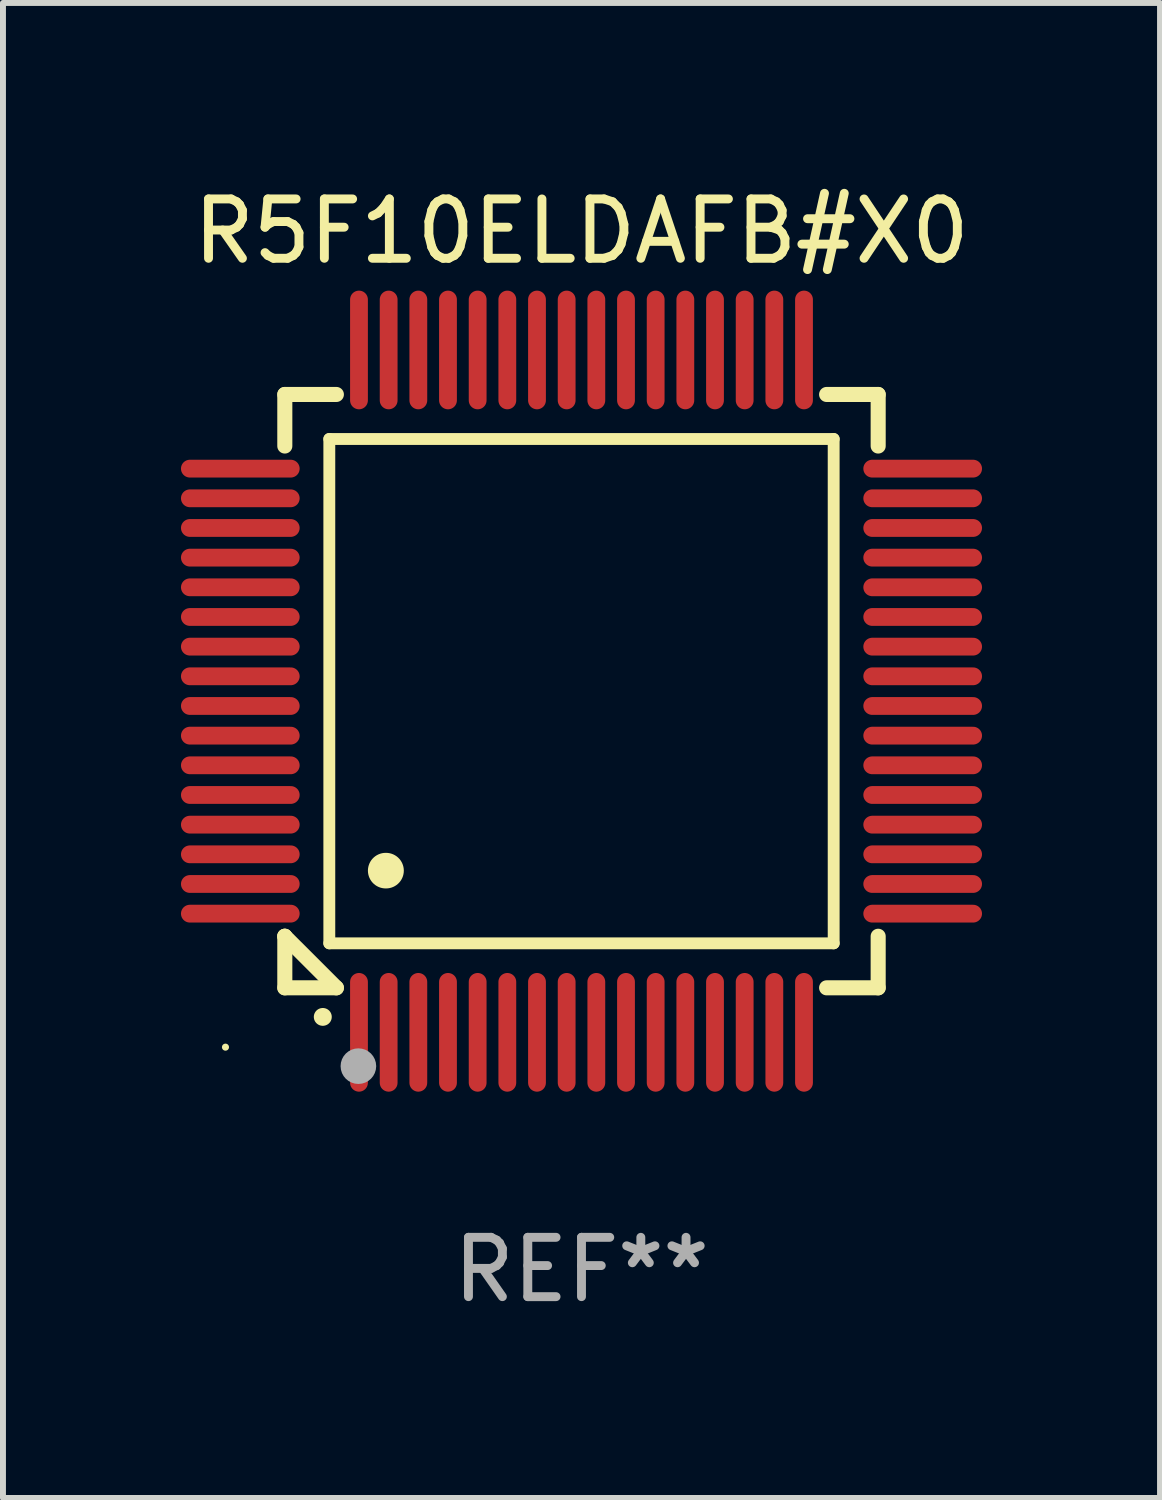
<source format=kicad_pcb>
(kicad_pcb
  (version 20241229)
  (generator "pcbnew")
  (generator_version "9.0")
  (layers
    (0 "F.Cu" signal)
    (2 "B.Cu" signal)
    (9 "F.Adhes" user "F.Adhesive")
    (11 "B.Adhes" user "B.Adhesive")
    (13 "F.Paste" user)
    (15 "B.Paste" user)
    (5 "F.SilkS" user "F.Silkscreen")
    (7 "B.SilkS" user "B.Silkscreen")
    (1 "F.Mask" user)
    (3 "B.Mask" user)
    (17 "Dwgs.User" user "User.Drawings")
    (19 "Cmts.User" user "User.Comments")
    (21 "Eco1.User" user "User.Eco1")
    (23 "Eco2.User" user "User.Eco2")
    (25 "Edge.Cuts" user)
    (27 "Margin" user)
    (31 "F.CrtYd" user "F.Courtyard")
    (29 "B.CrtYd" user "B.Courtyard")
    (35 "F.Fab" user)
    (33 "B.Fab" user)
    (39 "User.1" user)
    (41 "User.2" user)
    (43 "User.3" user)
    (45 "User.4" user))
  (footprint "R5F10ELDAFB#X0"
    (layer "F.Cu")
    (at 6.75 8.598)
    (property "Reference" "R5F10ELDAFB#X0" (at 0 -7.75 0) (layer "F.SilkS") (effects (font (size 1 1) (thickness 0.15))))
    (attr through_hole)
    (fp_line (start -5 -5) (end -4.131 -5) (stroke (width 0.254) (type solid)) (layer "F.SilkS"))
    (fp_line (start -5 -4.131) (end -5 -5) (stroke (width 0.254) (type solid)) (layer "F.SilkS"))
    (fp_line (start -5 4.131) (end -5 4.131) (stroke (width 0.254) (type solid)) (layer "F.SilkS"))
    (fp_line (start -5 5) (end -5 4.131) (stroke (width 0.254) (type solid)) (layer "F.SilkS"))
    (fp_line (start -5 4.131) (end -4.131 5) (stroke (width 0.254) (type solid)) (layer "F.SilkS"))
    (fp_line (start -4.25 -4.25) (end -4.25 4.25) (stroke (width 0.2) (type solid)) (layer "F.SilkS"))
    (fp_line (start -4.25 4.25) (end 4.25 4.25) (stroke (width 0.2) (type solid)) (layer "F.SilkS"))
    (fp_line (start -4.131 5) (end -5 5) (stroke (width 0.254) (type solid)) (layer "F.SilkS"))
    (fp_line (start 4.25 -4.25) (end -4.25 -4.25) (stroke (width 0.2) (type solid)) (layer "F.SilkS"))
    (fp_line (start 4.25 4.25) (end 4.25 -4.25) (stroke (width 0.2) (type solid)) (layer "F.SilkS"))
    (fp_line (start 5 -5) (end 4.131 -5) (stroke (width 0.254) (type solid)) (layer "F.SilkS"))
    (fp_line (start 5 -5) (end 5 -4.131) (stroke (width 0.254) (type solid)) (layer "F.SilkS"))
    (fp_line (start 5 4.131) (end 5 5) (stroke (width 0.254) (type solid)) (layer "F.SilkS"))
    (fp_line (start 5 5) (end 4.131 5) (stroke (width 0.254) (type solid)) (layer "F.SilkS"))
    (fp_arc (start -4.361265 5.489992) (mid -4.359995 5.489987) (end -4.358725 5.489992) (stroke (width 0.3) (type solid)) (layer "F.SilkS"))
    (fp_arc (start -3.299467 3.025146) (mid -3.296927 3.025135) (end -3.294387 3.025146) (stroke (width 0.6) (type solid)) (layer "F.SilkS"))
    (fp_circle (center -6 6) (end -5.97 6) (stroke (width 0.06) (type solid)) (fill no) (layer "F.SilkS"))
    (fp_circle (center -3.76 6.32) (end -3.61 6.32) (stroke (width 0.3) (type solid)) (fill no) (layer "F.Fab"))
    (fp_text user "REF**" (at 0 9.75 0) (layer "F.Fab") (effects (font (size 1 1) (thickness 0.15))))
    (pad "1" smd oval (at -3.75 5.75) (size 0.3 2) (layers "F.Cu" "F.Mask" "F.Paste"))
    (pad "2" smd oval (at -3.25 5.75) (size 0.3 2) (layers "F.Cu" "F.Mask" "F.Paste"))
    (pad "3" smd oval (at -2.75 5.75) (size 0.3 2) (layers "F.Cu" "F.Mask" "F.Paste"))
    (pad "4" smd oval (at -2.25 5.75) (size 0.3 2) (layers "F.Cu" "F.Mask" "F.Paste"))
    (pad "5" smd oval (at -1.75 5.75) (size 0.3 2) (layers "F.Cu" "F.Mask" "F.Paste"))
    (pad "6" smd oval (at -1.25 5.75) (size 0.3 2) (layers "F.Cu" "F.Mask" "F.Paste"))
    (pad "7" smd oval (at -0.75 5.75) (size 0.3 2) (layers "F.Cu" "F.Mask" "F.Paste"))
    (pad "8" smd oval (at -0.25 5.75) (size 0.3 2) (layers "F.Cu" "F.Mask" "F.Paste"))
    (pad "9" smd oval (at 0.25 5.75) (size 0.3 2) (layers "F.Cu" "F.Mask" "F.Paste"))
    (pad "10" smd oval (at 0.75 5.75) (size 0.3 2) (layers "F.Cu" "F.Mask" "F.Paste"))
    (pad "11" smd oval (at 1.25 5.75) (size 0.3 2) (layers "F.Cu" "F.Mask" "F.Paste"))
    (pad "12" smd oval (at 1.75 5.75) (size 0.3 2) (layers "F.Cu" "F.Mask" "F.Paste"))
    (pad "13" smd oval (at 2.25 5.75) (size 0.3 2) (layers "F.Cu" "F.Mask" "F.Paste"))
    (pad "14" smd oval (at 2.75 5.75) (size 0.3 2) (layers "F.Cu" "F.Mask" "F.Paste"))
    (pad "15" smd oval (at 3.25 5.75) (size 0.3 2) (layers "F.Cu" "F.Mask" "F.Paste"))
    (pad "16" smd oval (at 3.75 5.75) (size 0.3 2) (layers "F.Cu" "F.Mask" "F.Paste"))
    (pad "17" smd oval (at 5.75 3.75) (size 2 0.3) (layers "F.Cu" "F.Mask" "F.Paste"))
    (pad "18" smd oval (at 5.75 3.25) (size 2 0.3) (layers "F.Cu" "F.Mask" "F.Paste"))
    (pad "19" smd oval (at 5.75 2.75) (size 2 0.3) (layers "F.Cu" "F.Mask" "F.Paste"))
    (pad "20" smd oval (at 5.75 2.25) (size 2 0.3) (layers "F.Cu" "F.Mask" "F.Paste"))
    (pad "21" smd oval (at 5.75 1.75) (size 2 0.3) (layers "F.Cu" "F.Mask" "F.Paste"))
    (pad "22" smd oval (at 5.75 1.25) (size 2 0.3) (layers "F.Cu" "F.Mask" "F.Paste"))
    (pad "23" smd oval (at 5.75 0.75) (size 2 0.3) (layers "F.Cu" "F.Mask" "F.Paste"))
    (pad "24" smd oval (at 5.75 0.25) (size 2 0.3) (layers "F.Cu" "F.Mask" "F.Paste"))
    (pad "25" smd oval (at 5.75 -0.25) (size 2 0.3) (layers "F.Cu" "F.Mask" "F.Paste"))
    (pad "26" smd oval (at 5.75 -0.75) (size 2 0.3) (layers "F.Cu" "F.Mask" "F.Paste"))
    (pad "27" smd oval (at 5.75 -1.25) (size 2 0.3) (layers "F.Cu" "F.Mask" "F.Paste"))
    (pad "28" smd oval (at 5.75 -1.75) (size 2 0.3) (layers "F.Cu" "F.Mask" "F.Paste"))
    (pad "29" smd oval (at 5.75 -2.25) (size 2 0.3) (layers "F.Cu" "F.Mask" "F.Paste"))
    (pad "30" smd oval (at 5.75 -2.75) (size 2 0.3) (layers "F.Cu" "F.Mask" "F.Paste"))
    (pad "31" smd oval (at 5.75 -3.25) (size 2 0.3) (layers "F.Cu" "F.Mask" "F.Paste"))
    (pad "32" smd oval (at 5.75 -3.75) (size 2 0.3) (layers "F.Cu" "F.Mask" "F.Paste"))
    (pad "33" smd oval (at 3.75 -5.75) (size 0.3 2) (layers "F.Cu" "F.Mask" "F.Paste"))
    (pad "34" smd oval (at 3.25 -5.75) (size 0.3 2) (layers "F.Cu" "F.Mask" "F.Paste"))
    (pad "35" smd oval (at 2.75 -5.75) (size 0.3 2) (layers "F.Cu" "F.Mask" "F.Paste"))
    (pad "36" smd oval (at 2.25 -5.75) (size 0.3 2) (layers "F.Cu" "F.Mask" "F.Paste"))
    (pad "37" smd oval (at 1.75 -5.75) (size 0.3 2) (layers "F.Cu" "F.Mask" "F.Paste"))
    (pad "38" smd oval (at 1.25 -5.75) (size 0.3 2) (layers "F.Cu" "F.Mask" "F.Paste"))
    (pad "39" smd oval (at 0.75 -5.75) (size 0.3 2) (layers "F.Cu" "F.Mask" "F.Paste"))
    (pad "40" smd oval (at 0.25 -5.75) (size 0.3 2) (layers "F.Cu" "F.Mask" "F.Paste"))
    (pad "41" smd oval (at -0.25 -5.75) (size 0.3 2) (layers "F.Cu" "F.Mask" "F.Paste"))
    (pad "42" smd oval (at -0.75 -5.75) (size 0.3 2) (layers "F.Cu" "F.Mask" "F.Paste"))
    (pad "43" smd oval (at -1.25 -5.75) (size 0.3 2) (layers "F.Cu" "F.Mask" "F.Paste"))
    (pad "44" smd oval (at -1.75 -5.75) (size 0.3 2) (layers "F.Cu" "F.Mask" "F.Paste"))
    (pad "45" smd oval (at -2.25 -5.75) (size 0.3 2) (layers "F.Cu" "F.Mask" "F.Paste"))
    (pad "46" smd oval (at -2.75 -5.75) (size 0.3 2) (layers "F.Cu" "F.Mask" "F.Paste"))
    (pad "47" smd oval (at -3.25 -5.75) (size 0.3 2) (layers "F.Cu" "F.Mask" "F.Paste"))
    (pad "48" smd oval (at -3.75 -5.75) (size 0.3 2) (layers "F.Cu" "F.Mask" "F.Paste"))
    (pad "49" smd oval (at -5.75 -3.75) (size 2 0.3) (layers "F.Cu" "F.Mask" "F.Paste"))
    (pad "50" smd oval (at -5.75 -3.25) (size 2 0.3) (layers "F.Cu" "F.Mask" "F.Paste"))
    (pad "51" smd oval (at -5.75 -2.75) (size 2 0.3) (layers "F.Cu" "F.Mask" "F.Paste"))
    (pad "52" smd oval (at -5.75 -2.25) (size 2 0.3) (layers "F.Cu" "F.Mask" "F.Paste"))
    (pad "53" smd oval (at -5.75 -1.75) (size 2 0.3) (layers "F.Cu" "F.Mask" "F.Paste"))
    (pad "54" smd oval (at -5.75 -1.25) (size 2 0.3) (layers "F.Cu" "F.Mask" "F.Paste"))
    (pad "55" smd oval (at -5.75 -0.75) (size 2 0.3) (layers "F.Cu" "F.Mask" "F.Paste"))
    (pad "56" smd oval (at -5.75 -0.25) (size 2 0.3) (layers "F.Cu" "F.Mask" "F.Paste"))
    (pad "57" smd oval (at -5.75 0.25) (size 2 0.3) (layers "F.Cu" "F.Mask" "F.Paste"))
    (pad "58" smd oval (at -5.75 0.75) (size 2 0.3) (layers "F.Cu" "F.Mask" "F.Paste"))
    (pad "59" smd oval (at -5.75 1.25) (size 2 0.3) (layers "F.Cu" "F.Mask" "F.Paste"))
    (pad "60" smd oval (at -5.75 1.75) (size 2 0.3) (layers "F.Cu" "F.Mask" "F.Paste"))
    (pad "61" smd oval (at -5.75 2.25) (size 2 0.3) (layers "F.Cu" "F.Mask" "F.Paste"))
    (pad "62" smd oval (at -5.75 2.75) (size 2 0.3) (layers "F.Cu" "F.Mask" "F.Paste"))
    (pad "63" smd oval (at -5.75 3.25) (size 2 0.3) (layers "F.Cu" "F.Mask" "F.Paste"))
    (pad "64" smd oval (at -5.75 3.75) (size 2 0.3) (layers "F.Cu" "F.Mask" "F.Paste")))
  (gr_rect
    (start -3 -3)
    (end 16.5 22.196)
    (stroke (width 0.1) (type default))
    (fill no)
    (layer "Edge.Cuts")))
</source>
